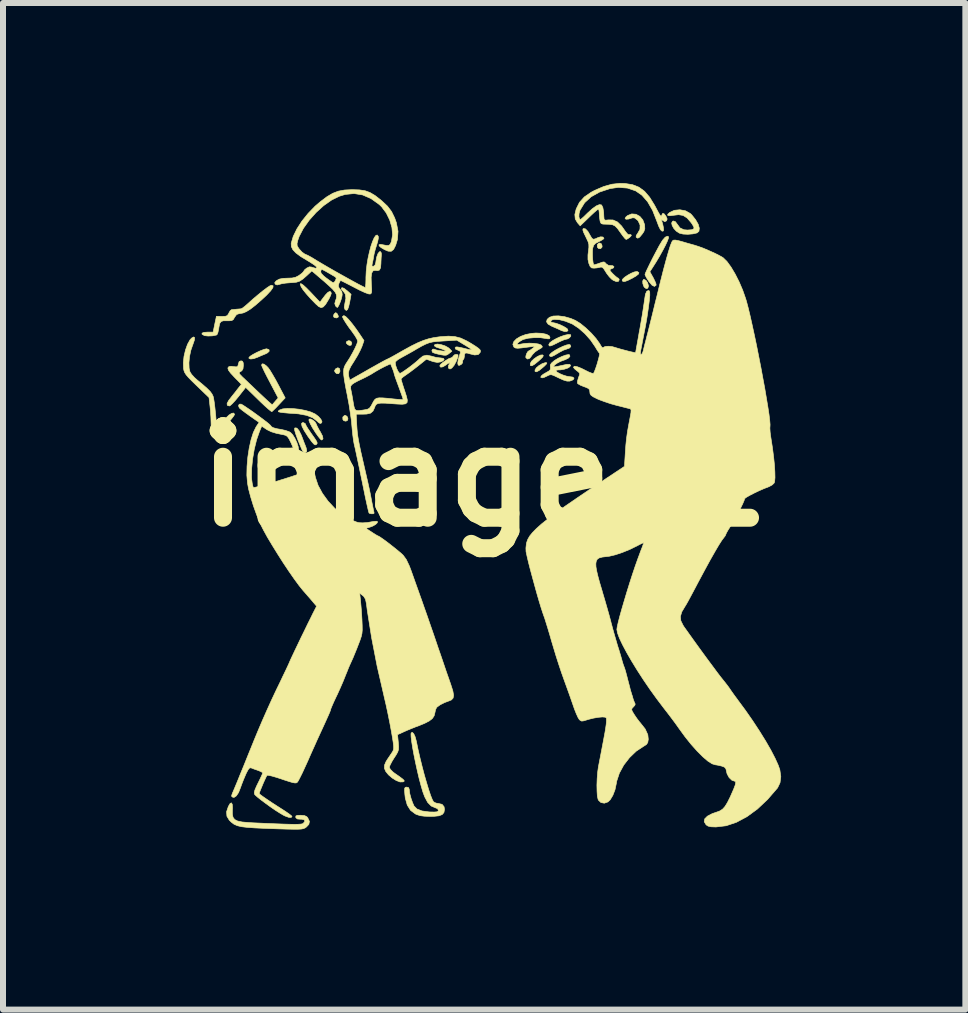
<source format=kicad_pcb>
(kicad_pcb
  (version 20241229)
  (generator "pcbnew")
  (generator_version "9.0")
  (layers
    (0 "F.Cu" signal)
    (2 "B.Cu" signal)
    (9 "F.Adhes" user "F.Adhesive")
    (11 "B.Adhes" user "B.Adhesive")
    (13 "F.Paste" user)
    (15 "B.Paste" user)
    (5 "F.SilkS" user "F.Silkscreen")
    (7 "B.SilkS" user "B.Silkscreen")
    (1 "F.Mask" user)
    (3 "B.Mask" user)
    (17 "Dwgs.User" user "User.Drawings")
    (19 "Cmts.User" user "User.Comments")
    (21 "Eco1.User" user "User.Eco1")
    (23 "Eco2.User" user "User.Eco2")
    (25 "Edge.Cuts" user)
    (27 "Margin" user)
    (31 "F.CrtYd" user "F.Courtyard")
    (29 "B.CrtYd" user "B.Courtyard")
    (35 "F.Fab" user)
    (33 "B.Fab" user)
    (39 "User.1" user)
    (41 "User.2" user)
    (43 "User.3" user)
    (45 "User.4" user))
  (footprint "image_2"
    (layer "F.Cu")
    (at 5.02 4.887)
    (property "Reference" "image_2" (at 0 0 0) (layer "F.SilkS") (effects (font (size 1.524 1.524) (thickness 0.3))))
    (attr through_hole)
    (fp_poly (pts (xy -2.288 -1) (xy -2.273 -0.965) (xy -2.277 -0.936) (xy -2.306 -0.919) (xy -2.341 -0.927) (xy -2.357 -0.947) (xy -2.358 -0.988) (xy -2.331 -1.014) (xy -2.316 -1.016) (xy -2.288 -1)) (stroke (width 0.01) (type solid)) (fill yes) (layer "F.SilkS"))
    (fp_poly (pts (xy 1.953 -3.872) (xy 1.963 -3.835) (xy 1.959 -3.815) (xy 1.936 -3.793) (xy 1.903 -3.796) (xy 1.883 -3.819) (xy 1.882 -3.86) (xy 1.908 -3.886) (xy 1.924 -3.888) (xy 1.953 -3.872)) (stroke (width 0.01) (type solid)) (fill yes) (layer "F.SilkS"))
    (fp_poly (pts (xy -2.457 -2.715) (xy -2.449 -2.705) (xy -2.433 -2.671) (xy -2.434 -2.654) (xy -2.463 -2.639) (xy -2.498 -2.646) (xy -2.511 -2.658) (xy -2.511 -2.688) (xy -2.499 -2.709) (xy -2.476 -2.728) (xy -2.457 -2.715)) (stroke (width 0.01) (type solid)) (fill yes) (layer "F.SilkS"))
    (fp_poly (pts (xy -2.413 -1.796) (xy -2.405 -1.756) (xy -2.406 -1.748) (xy -2.426 -1.711) (xy -2.458 -1.71) (xy -2.482 -1.729) (xy -2.497 -1.758) (xy -2.481 -1.787) (xy -2.475 -1.793) (xy -2.44 -1.81) (xy -2.413 -1.796)) (stroke (width 0.01) (type solid)) (fill yes) (layer "F.SilkS"))
    (fp_poly (pts (xy -2.224 -2.251) (xy -2.208 -2.22) (xy -2.208 -2.219) (xy -2.22 -2.185) (xy -2.251 -2.182) (xy -2.278 -2.197) (xy -2.302 -2.223) (xy -2.293 -2.247) (xy -2.292 -2.248) (xy -2.258 -2.262) (xy -2.224 -2.251)) (stroke (width 0.01) (type solid)) (fill yes) (layer "F.SilkS"))
    (fp_poly (pts (xy 2.693 -3.266) (xy 2.721 -3.225) (xy 2.735 -3.175) (xy 2.735 -3.17) (xy 2.724 -3.135) (xy 2.697 -3.128) (xy 2.666 -3.151) (xy 2.658 -3.164) (xy 2.641 -3.211) (xy 2.639 -3.255) (xy 2.652 -3.28) (xy 2.66 -3.282) (xy 2.693 -3.266)) (stroke (width 0.01) (type solid)) (fill yes) (layer "F.SilkS"))
    (fp_poly (pts (xy 1.042 -1.891) (xy 1.038 -1.876) (xy 1.008 -1.844) (xy 0.978 -1.817) (xy 0.916 -1.766) (xy 0.871 -1.742) (xy 0.846 -1.746) (xy 0.844 -1.772) (xy 0.866 -1.808) (xy 0.911 -1.846) (xy 0.965 -1.878) (xy 1.015 -1.894) (xy 1.024 -1.895) (xy 1.042 -1.891)) (stroke (width 0.01) (type solid)) (fill yes) (layer "F.SilkS"))
    (fp_poly (pts (xy 0.971 -2.023) (xy 0.983 -2.012) (xy 0.973 -1.989) (xy 0.937 -1.952) (xy 0.907 -1.925) (xy 0.838 -1.868) (xy 0.793 -1.842) (xy 0.769 -1.845) (xy 0.765 -1.879) (xy 0.766 -1.88) (xy 0.785 -1.917) (xy 0.828 -1.958) (xy 0.881 -1.995) (xy 0.933 -2.02) (xy 0.971 -2.024) (xy 0.971 -2.023)) (stroke (width 0.01) (type solid)) (fill yes) (layer "F.SilkS"))
    (fp_poly (pts (xy 2.552 -3.411) (xy 2.576 -3.394) (xy 2.569 -3.371) (xy 2.529 -3.339) (xy 2.468 -3.303) (xy 2.392 -3.265) (xy 2.342 -3.247) (xy 2.312 -3.247) (xy 2.297 -3.26) (xy 2.303 -3.284) (xy 2.336 -3.316) (xy 2.386 -3.35) (xy 2.443 -3.382) (xy 2.497 -3.405) (xy 2.54 -3.413) (xy 2.552 -3.411)) (stroke (width 0.01) (type solid)) (fill yes) (layer "F.SilkS"))
    (fp_poly (pts (xy -2.338 -3.133) (xy -2.285 -3.092) (xy -2.282 -3.09) (xy -2.22 -3.033) (xy -2.242 -2.91) (xy -2.261 -2.826) (xy -2.279 -2.779) (xy -2.299 -2.764) (xy -2.322 -2.78) (xy -2.334 -2.818) (xy -2.325 -2.874) (xy -2.307 -2.967) (xy -2.316 -3.036) (xy -2.345 -3.077) (xy -2.374 -3.109) (xy -2.384 -3.129) (xy -2.372 -3.145) (xy -2.338 -3.133)) (stroke (width 0.01) (type solid)) (fill yes) (layer "F.SilkS"))
    (fp_poly (pts (xy -3.626 -2.125) (xy -3.588 -2.111) (xy -3.584 -2.086) (xy -3.612 -2.058) (xy -3.647 -2.04) (xy -3.713 -2.013) (xy -3.777 -1.985) (xy -3.784 -1.982) (xy -3.843 -1.961) (xy -3.892 -1.955) (xy -3.92 -1.963) (xy -3.923 -1.978) (xy -3.902 -2.001) (xy -3.855 -2.031) (xy -3.793 -2.064) (xy -3.728 -2.094) (xy -3.67 -2.116) (xy -3.63 -2.125) (xy -3.626 -2.125)) (stroke (width 0.01) (type solid)) (fill yes) (layer "F.SilkS"))
    (fp_poly (pts (xy 1.43 -2.192) (xy 1.441 -2.163) (xy 1.417 -2.137) (xy 1.37 -2.12) (xy 1.32 -2.103) (xy 1.258 -2.071) (xy 1.223 -2.05) (xy 1.16 -2.013) (xy 1.121 -1.996) (xy 1.097 -1.998) (xy 1.085 -2.011) (xy 1.092 -2.033) (xy 1.127 -2.065) (xy 1.181 -2.101) (xy 1.245 -2.136) (xy 1.311 -2.167) (xy 1.37 -2.189) (xy 1.414 -2.197) (xy 1.43 -2.192)) (stroke (width 0.01) (type solid)) (fill yes) (layer "F.SilkS"))
    (fp_poly (pts (xy -3.123 -0.804) (xy -3.089 -0.764) (xy -3.051 -0.689) (xy -3.03 -0.635) (xy -3.004 -0.565) (xy -2.98 -0.505) (xy -2.968 -0.472) (xy -2.959 -0.425) (xy -2.971 -0.396) (xy -2.996 -0.393) (xy -3.023 -0.415) (xy -3.038 -0.443) (xy -3.062 -0.499) (xy -3.092 -0.572) (xy -3.111 -0.619) (xy -3.143 -0.708) (xy -3.16 -0.766) (xy -3.162 -0.798) (xy -3.155 -0.808) (xy -3.123 -0.804)) (stroke (width 0.01) (type solid)) (fill yes) (layer "F.SilkS"))
    (fp_poly (pts (xy -2.858 -0.937) (xy -2.822 -0.907) (xy -2.803 -0.877) (xy -2.785 -0.835) (xy -2.754 -0.777) (xy -2.731 -0.739) (xy -2.696 -0.671) (xy -2.688 -0.626) (xy -2.706 -0.606) (xy -2.714 -0.606) (xy -2.732 -0.621) (xy -2.764 -0.66) (xy -2.804 -0.716) (xy -2.806 -0.718) (xy -2.862 -0.806) (xy -2.901 -0.878) (xy -2.922 -0.929) (xy -2.921 -0.954) (xy -2.895 -0.956) (xy -2.858 -0.937)) (stroke (width 0.01) (type solid)) (fill yes) (layer "F.SilkS"))
    (fp_poly (pts (xy 1.436 -2.36) (xy 1.44 -2.357) (xy 1.44 -2.335) (xy 1.418 -2.308) (xy 1.384 -2.289) (xy 1.367 -2.286) (xy 1.332 -2.277) (xy 1.277 -2.254) (xy 1.221 -2.227) (xy 1.15 -2.191) (xy 1.106 -2.174) (xy 1.083 -2.173) (xy 1.075 -2.189) (xy 1.075 -2.198) (xy 1.092 -2.227) (xy 1.137 -2.261) (xy 1.2 -2.296) (xy 1.271 -2.328) (xy 1.341 -2.352) (xy 1.399 -2.364) (xy 1.436 -2.36)) (stroke (width 0.01) (type solid)) (fill yes) (layer "F.SilkS"))
    (fp_poly (pts (xy -3.014 -0.895) (xy -2.985 -0.88) (xy -2.979 -0.869) (xy -2.969 -0.845) (xy -2.941 -0.798) (xy -2.9 -0.738) (xy -2.89 -0.723) (xy -2.837 -0.648) (xy -2.804 -0.599) (xy -2.788 -0.568) (xy -2.785 -0.55) (xy -2.793 -0.537) (xy -2.802 -0.529) (xy -2.819 -0.524) (xy -2.841 -0.538) (xy -2.874 -0.575) (xy -2.921 -0.64) (xy -2.939 -0.665) (xy -3.002 -0.763) (xy -3.038 -0.834) (xy -3.047 -0.879) (xy -3.029 -0.896) (xy -3.014 -0.895)) (stroke (width 0.01) (type solid)) (fill yes) (layer "F.SilkS"))
    (fp_poly (pts (xy -3.026 -3.194) (xy -2.97 -3.144) (xy -2.893 -3.066) (xy -2.738 -2.901) (xy -2.706 -2.946) (xy -2.648 -3.022) (xy -2.606 -3.066) (xy -2.576 -3.081) (xy -2.559 -3.074) (xy -2.55 -3.052) (xy -2.56 -3.016) (xy -2.589 -2.957) (xy -2.598 -2.942) (xy -2.645 -2.865) (xy -2.684 -2.823) (xy -2.72 -2.811) (xy -2.76 -2.829) (xy -2.806 -2.87) (xy -2.892 -2.958) (xy -2.965 -3.04) (xy -3.02 -3.108) (xy -3.052 -3.157) (xy -3.053 -3.16) (xy -3.068 -3.202) (xy -3.059 -3.213) (xy -3.026 -3.194)) (stroke (width 0.01) (type solid)) (fill yes) (layer "F.SilkS"))
    (fp_poly (pts (xy -3.186 -1.129) (xy -3.083 -1.118) (xy -2.981 -1.098) (xy -2.89 -1.072) (xy -2.821 -1.04) (xy -2.82 -1.04) (xy -2.763 -0.997) (xy -2.723 -0.951) (xy -2.705 -0.912) (xy -2.711 -0.891) (xy -2.735 -0.88) (xy -2.765 -0.899) (xy -2.784 -0.918) (xy -2.858 -0.975) (xy -2.96 -1.016) (xy -3.095 -1.041) (xy -3.166 -1.047) (xy -3.253 -1.052) (xy -3.33 -1.059) (xy -3.385 -1.065) (xy -3.4 -1.068) (xy -3.433 -1.077) (xy -3.432 -1.089) (xy -3.411 -1.106) (xy -3.36 -1.124) (xy -3.282 -1.132) (xy -3.186 -1.129)) (stroke (width 0.01) (type solid)) (fill yes) (layer "F.SilkS"))
    (fp_poly (pts (xy 2.527 -4.367) (xy 2.591 -4.332) (xy 2.641 -4.273) (xy 2.67 -4.195) (xy 2.671 -4.186) (xy 2.674 -4.125) (xy 2.658 -4.077) (xy 2.629 -4.035) (xy 2.587 -3.985) (xy 2.557 -3.968) (xy 2.534 -3.981) (xy 2.529 -3.987) (xy 2.532 -4.015) (xy 2.557 -4.051) (xy 2.557 -4.052) (xy 2.593 -4.116) (xy 2.595 -4.187) (xy 2.564 -4.255) (xy 2.549 -4.272) (xy 2.501 -4.307) (xy 2.466 -4.307) (xy 2.403 -4.287) (xy 2.361 -4.284) (xy 2.345 -4.297) (xy 2.36 -4.323) (xy 2.388 -4.346) (xy 2.456 -4.373) (xy 2.527 -4.367)) (stroke (width 0.01) (type solid)) (fill yes) (layer "F.SilkS"))
    (fp_poly (pts (xy -0.439 -2.025) (xy -0.438 -1.998) (xy -0.441 -1.988) (xy -0.471 -1.91) (xy -0.505 -1.848) (xy -0.541 -1.805) (xy -0.572 -1.788) (xy -0.595 -1.801) (xy -0.599 -1.808) (xy -0.597 -1.846) (xy -0.586 -1.866) (xy -0.571 -1.89) (xy -0.583 -1.892) (xy -0.617 -1.873) (xy -0.639 -1.856) (xy -0.69 -1.825) (xy -0.726 -1.819) (xy -0.742 -1.838) (xy -0.742 -1.842) (xy -0.727 -1.866) (xy -0.689 -1.899) (xy -0.64 -1.933) (xy -0.592 -1.961) (xy -0.557 -1.973) (xy -0.555 -1.973) (xy -0.528 -1.989) (xy -0.52 -2.003) (xy -0.494 -2.027) (xy -0.468 -2.032) (xy -0.439 -2.025)) (stroke (width 0.01) (type solid)) (fill yes) (layer "F.SilkS"))
    (fp_poly (pts (xy 3.07 -3.992) (xy 3.068 -3.968) (xy 3.049 -3.918) (xy 3.016 -3.847) (xy 2.972 -3.763) (xy 2.921 -3.671) (xy 2.866 -3.578) (xy 2.821 -3.507) (xy 2.758 -3.409) (xy 2.816 -3.306) (xy 2.844 -3.248) (xy 2.861 -3.204) (xy 2.862 -3.184) (xy 2.834 -3.165) (xy 2.795 -3.184) (xy 2.747 -3.24) (xy 2.737 -3.254) (xy 2.703 -3.307) (xy 2.682 -3.348) (xy 2.677 -3.364) (xy 2.686 -3.39) (xy 2.711 -3.445) (xy 2.749 -3.524) (xy 2.797 -3.621) (xy 2.854 -3.73) (xy 2.916 -3.846) (xy 2.916 -3.846) (xy 2.969 -3.934) (xy 3.015 -3.986) (xy 3.052 -4.001) (xy 3.07 -3.992)) (stroke (width 0.01) (type solid)) (fill yes) (layer "F.SilkS"))
    (fp_poly (pts (xy -0.721 -2.195) (xy -0.657 -2.175) (xy -0.604 -2.146) (xy -0.588 -2.134) (xy -0.54 -2.085) (xy -0.585 -2.049) (xy -0.613 -2.028) (xy -0.638 -2.018) (xy -0.672 -2.018) (xy -0.728 -2.027) (xy -0.761 -2.034) (xy -0.817 -2.048) (xy -0.857 -2.063) (xy -0.865 -2.069) (xy -0.874 -2.095) (xy -0.863 -2.118) (xy -0.841 -2.12) (xy -0.84 -2.12) (xy -0.809 -2.108) (xy -0.76 -2.097) (xy -0.707 -2.089) (xy -0.664 -2.086) (xy -0.645 -2.09) (xy -0.645 -2.091) (xy -0.662 -2.104) (xy -0.705 -2.121) (xy -0.733 -2.13) (xy -0.802 -2.153) (xy -0.833 -2.175) (xy -0.825 -2.195) (xy -0.822 -2.197) (xy -0.781 -2.204) (xy -0.721 -2.195)) (stroke (width 0.01) (type solid)) (fill yes) (layer "F.SilkS"))
    (fp_poly (pts (xy 3.351 -4.425) (xy 3.43 -4.381) (xy 3.453 -4.36) (xy 3.519 -4.278) (xy 3.563 -4.201) (xy 3.582 -4.135) (xy 3.576 -4.084) (xy 3.544 -4.056) (xy 3.475 -4.04) (xy 3.391 -4.033) (xy 3.311 -4.037) (xy 3.25 -4.052) (xy 3.25 -4.052) (xy 3.198 -4.086) (xy 3.157 -4.131) (xy 3.13 -4.179) (xy 3.121 -4.221) (xy 3.136 -4.25) (xy 3.149 -4.255) (xy 3.184 -4.243) (xy 3.213 -4.203) (xy 3.26 -4.14) (xy 3.325 -4.109) (xy 3.384 -4.104) (xy 3.455 -4.109) (xy 3.49 -4.123) (xy 3.492 -4.153) (xy 3.463 -4.203) (xy 3.446 -4.227) (xy 3.38 -4.304) (xy 3.313 -4.347) (xy 3.237 -4.36) (xy 3.163 -4.351) (xy 3.093 -4.342) (xy 3.057 -4.347) (xy 3.055 -4.366) (xy 3.087 -4.396) (xy 3.166 -4.433) (xy 3.258 -4.442) (xy 3.351 -4.425)) (stroke (width 0.01) (type solid)) (fill yes) (layer "F.SilkS"))
    (fp_poly (pts (xy 0.962 -2.383) (xy 1.038 -2.366) (xy 1.083 -2.34) (xy 1.094 -2.314) (xy 1.087 -2.293) (xy 1.06 -2.291) (xy 1.031 -2.296) (xy 0.937 -2.31) (xy 0.833 -2.311) (xy 0.733 -2.302) (xy 0.652 -2.282) (xy 0.634 -2.274) (xy 0.582 -2.243) (xy 0.553 -2.217) (xy 0.551 -2.2) (xy 0.578 -2.197) (xy 0.599 -2.202) (xy 0.668 -2.214) (xy 0.749 -2.219) (xy 0.83 -2.216) (xy 0.899 -2.206) (xy 0.944 -2.19) (xy 0.949 -2.185) (xy 0.966 -2.164) (xy 0.961 -2.147) (xy 0.929 -2.126) (xy 0.902 -2.112) (xy 0.845 -2.073) (xy 0.8 -2.027) (xy 0.791 -2.012) (xy 0.757 -1.968) (xy 0.722 -1.954) (xy 0.693 -1.975) (xy 0.692 -1.975) (xy 0.692 -2.004) (xy 0.705 -2.045) (xy 0.725 -2.079) (xy 0.741 -2.091) (xy 0.763 -2.102) (xy 0.8 -2.129) (xy 0.801 -2.13) (xy 0.85 -2.168) (xy 0.791 -2.161) (xy 0.738 -2.155) (xy 0.666 -2.146) (xy 0.624 -2.14) (xy 0.556 -2.134) (xy 0.515 -2.139) (xy 0.492 -2.155) (xy 0.475 -2.199) (xy 0.492 -2.246) (xy 0.536 -2.291) (xy 0.603 -2.331) (xy 0.688 -2.363) (xy 0.784 -2.382) (xy 0.859 -2.388) (xy 0.962 -2.383)) (stroke (width 0.01) (type solid)) (fill yes) (layer "F.SilkS"))
    (fp_poly (pts (xy -4.2 5.465) (xy -4.196 5.526) (xy -4.198 5.557) (xy -4.198 5.628) (xy -4.188 5.68) (xy -4.16 5.718) (xy -4.111 5.743) (xy -4.036 5.759) (xy -3.93 5.768) (xy -3.854 5.773) (xy -3.65 5.782) (xy -3.482 5.789) (xy -3.346 5.794) (xy -3.239 5.797) (xy -3.157 5.798) (xy -3.097 5.797) (xy -3.056 5.794) (xy -3.031 5.789) (xy -3.018 5.782) (xy -2.99 5.748) (xy -2.999 5.724) (xy -3.042 5.713) (xy -3.062 5.713) (xy -3.114 5.709) (xy -3.138 5.691) (xy -3.142 5.681) (xy -3.14 5.659) (xy -3.117 5.649) (xy -3.064 5.647) (xy -3.06 5.647) (xy -2.998 5.652) (xy -2.959 5.67) (xy -2.942 5.69) (xy -2.914 5.749) (xy -2.924 5.799) (xy -2.964 5.842) (xy -2.988 5.859) (xy -3.015 5.87) (xy -3.051 5.877) (xy -3.105 5.88) (xy -3.183 5.88) (xy -3.292 5.878) (xy -3.423 5.874) (xy -3.571 5.869) (xy -3.715 5.863) (xy -3.824 5.858) (xy -3.95 5.849) (xy -4.044 5.838) (xy -4.115 5.821) (xy -4.17 5.797) (xy -4.216 5.762) (xy -4.249 5.73) (xy -4.289 5.664) (xy -4.295 5.589) (xy -4.265 5.5) (xy -4.236 5.451) (xy -4.214 5.44) (xy -4.2 5.465)) (stroke (width 0.01) (type solid)) (fill yes) (layer "F.SilkS"))
    (fp_poly (pts (xy -3.519 -3.175) (xy -3.523 -3.144) (xy -3.559 -3.093) (xy -3.627 -3.02) (xy -3.713 -2.94) (xy -3.815 -2.851) (xy -3.896 -2.788) (xy -3.963 -2.746) (xy -4.019 -2.722) (xy -4.072 -2.712) (xy -4.082 -2.712) (xy -4.127 -2.697) (xy -4.161 -2.651) (xy -4.162 -2.65) (xy -4.182 -2.613) (xy -4.208 -2.596) (xy -4.251 -2.592) (xy -4.288 -2.592) (xy -4.35 -2.592) (xy -4.387 -2.579) (xy -4.409 -2.547) (xy -4.422 -2.486) (xy -4.426 -2.457) (xy -4.438 -2.4) (xy -4.453 -2.363) (xy -4.462 -2.355) (xy -4.53 -2.341) (xy -4.602 -2.338) (xy -4.659 -2.344) (xy -4.665 -2.346) (xy -4.703 -2.367) (xy -4.704 -2.386) (xy -4.672 -2.399) (xy -4.614 -2.403) (xy -4.519 -2.403) (xy -4.492 -2.535) (xy -4.464 -2.667) (xy -4.373 -2.665) (xy -4.315 -2.667) (xy -4.284 -2.678) (xy -4.264 -2.705) (xy -4.258 -2.719) (xy -4.235 -2.759) (xy -4.213 -2.777) (xy -4.179 -2.78) (xy -4.132 -2.785) (xy -4.083 -2.789) (xy -4.053 -2.792) (xy -4.028 -2.805) (xy -3.985 -2.838) (xy -3.945 -2.873) (xy -3.854 -2.955) (xy -3.765 -3.03) (xy -3.685 -3.095) (xy -3.618 -3.145) (xy -3.57 -3.176) (xy -3.548 -3.185) (xy -3.519 -3.175)) (stroke (width 0.01) (type solid)) (fill yes) (layer "F.SilkS"))
    (fp_poly (pts (xy 1.421 -2.024) (xy 1.426 -1.998) (xy 1.399 -1.969) (xy 1.346 -1.943) (xy 1.326 -1.936) (xy 1.268 -1.915) (xy 1.215 -1.887) (xy 1.174 -1.858) (xy 1.155 -1.834) (xy 1.157 -1.826) (xy 1.179 -1.826) (xy 1.228 -1.834) (xy 1.287 -1.847) (xy 1.37 -1.865) (xy 1.421 -1.866) (xy 1.438 -1.851) (xy 1.425 -1.826) (xy 1.39 -1.804) (xy 1.332 -1.785) (xy 1.268 -1.774) (xy 1.226 -1.773) (xy 1.197 -1.767) (xy 1.192 -1.759) (xy 1.209 -1.739) (xy 1.252 -1.714) (xy 1.309 -1.689) (xy 1.368 -1.67) (xy 1.417 -1.661) (xy 1.422 -1.661) (xy 1.473 -1.654) (xy 1.495 -1.636) (xy 1.483 -1.613) (xy 1.467 -1.603) (xy 1.424 -1.587) (xy 1.377 -1.587) (xy 1.317 -1.605) (xy 1.235 -1.642) (xy 1.231 -1.644) (xy 1.165 -1.676) (xy 1.123 -1.692) (xy 1.094 -1.693) (xy 1.066 -1.682) (xy 1.05 -1.674) (xy 1.002 -1.651) (xy 0.965 -1.641) (xy 0.964 -1.641) (xy 0.94 -1.65) (xy 0.947 -1.671) (xy 0.98 -1.7) (xy 1.03 -1.729) (xy 1.079 -1.757) (xy 1.1 -1.781) (xy 1.101 -1.814) (xy 1.1 -1.82) (xy 1.099 -1.855) (xy 1.117 -1.886) (xy 1.16 -1.923) (xy 1.173 -1.933) (xy 1.231 -1.968) (xy 1.296 -1.999) (xy 1.357 -2.021) (xy 1.403 -2.029) (xy 1.421 -2.024)) (stroke (width 0.01) (type solid)) (fill yes) (layer "F.SilkS"))
    (fp_poly (pts (xy -4.827 -2.311) (xy -4.831 -2.27) (xy -4.854 -2.203) (xy -4.858 -2.193) (xy -4.89 -2.101) (xy -4.912 -1.997) (xy -4.922 -1.893) (xy -4.919 -1.802) (xy -4.905 -1.742) (xy -4.878 -1.699) (xy -4.83 -1.646) (xy -4.784 -1.605) (xy -4.687 -1.525) (xy -4.617 -1.463) (xy -4.568 -1.414) (xy -4.538 -1.373) (xy -4.519 -1.334) (xy -4.511 -1.301) (xy -4.5 -1.233) (xy -4.489 -1.144) (xy -4.479 -1.048) (xy -4.471 -0.96) (xy -4.468 -0.891) (xy -4.468 -0.876) (xy -4.469 -0.824) (xy -4.418 -0.861) (xy -4.374 -0.899) (xy -4.323 -0.952) (xy -4.301 -0.977) (xy -4.253 -1.023) (xy -4.209 -1.05) (xy -4.177 -1.055) (xy -4.162 -1.035) (xy -4.162 -1.031) (xy -4.175 -1.007) (xy -4.209 -0.962) (xy -4.259 -0.904) (xy -4.304 -0.855) (xy -4.386 -0.772) (xy -4.45 -0.721) (xy -4.497 -0.702) (xy -4.529 -0.714) (xy -4.541 -0.734) (xy -4.547 -0.769) (xy -4.551 -0.829) (xy -4.553 -0.895) (xy -4.556 -0.987) (xy -4.563 -1.091) (xy -4.571 -1.169) (xy -4.587 -1.313) (xy -4.793 -1.511) (xy -4.874 -1.59) (xy -4.932 -1.649) (xy -4.969 -1.693) (xy -4.992 -1.729) (xy -5.005 -1.763) (xy -5.012 -1.798) (xy -5.015 -1.894) (xy -5.004 -2) (xy -4.979 -2.106) (xy -4.945 -2.201) (xy -4.904 -2.275) (xy -4.877 -2.304) (xy -4.843 -2.323) (xy -4.827 -2.311)) (stroke (width 0.01) (type solid)) (fill yes) (layer "F.SilkS"))
    (fp_poly (pts (xy -1.176 4.289) (xy -1.153 4.339) (xy -1.134 4.409) (xy -1.133 4.412) (xy -1.105 4.548) (xy -1.072 4.692) (xy -1.036 4.837) (xy -0.999 4.978) (xy -0.961 5.109) (xy -0.926 5.224) (xy -0.894 5.319) (xy -0.867 5.386) (xy -0.847 5.422) (xy -0.847 5.423) (xy -0.806 5.444) (xy -0.765 5.451) (xy -0.704 5.465) (xy -0.671 5.505) (xy -0.664 5.55) (xy -0.673 5.601) (xy -0.702 5.635) (xy -0.756 5.656) (xy -0.84 5.665) (xy -0.9 5.666) (xy -0.997 5.663) (xy -1.068 5.654) (xy -1.127 5.635) (xy -1.149 5.625) (xy -1.229 5.565) (xy -1.284 5.478) (xy -1.317 5.361) (xy -1.324 5.3) (xy -1.329 5.234) (xy -1.327 5.197) (xy -1.316 5.181) (xy -1.295 5.178) (xy -1.292 5.178) (xy -1.261 5.187) (xy -1.25 5.221) (xy -1.25 5.231) (xy -1.242 5.288) (xy -1.222 5.363) (xy -1.195 5.439) (xy -1.171 5.493) (xy -1.123 5.542) (xy -1.04 5.575) (xy -0.922 5.591) (xy -0.907 5.592) (xy -0.834 5.593) (xy -0.792 5.59) (xy -0.771 5.579) (xy -0.766 5.566) (xy -0.778 5.538) (xy -0.815 5.523) (xy -0.885 5.493) (xy -0.944 5.433) (xy -0.994 5.339) (xy -1.024 5.258) (xy -1.055 5.152) (xy -1.087 5.032) (xy -1.117 4.904) (xy -1.146 4.772) (xy -1.172 4.645) (xy -1.194 4.526) (xy -1.21 4.424) (xy -1.22 4.343) (xy -1.222 4.291) (xy -1.218 4.274) (xy -1.199 4.266) (xy -1.176 4.289)) (stroke (width 0.01) (type solid)) (fill yes) (layer "F.SilkS"))
    (fp_poly (pts (xy 1.686 -4.123) (xy 1.727 -4.079) (xy 1.766 -4.01) (xy 1.793 -3.965) (xy 1.82 -3.95) (xy 1.859 -3.961) (xy 1.886 -3.975) (xy 1.936 -3.991) (xy 1.976 -3.988) (xy 1.993 -3.967) (xy 1.993 -3.965) (xy 1.977 -3.948) (xy 1.935 -3.924) (xy 1.906 -3.91) (xy 1.851 -3.881) (xy 1.822 -3.85) (xy 1.807 -3.805) (xy 1.806 -3.8) (xy 1.802 -3.751) (xy 1.802 -3.686) (xy 1.805 -3.618) (xy 1.812 -3.561) (xy 1.821 -3.527) (xy 1.823 -3.524) (xy 1.843 -3.527) (xy 1.887 -3.541) (xy 1.914 -3.55) (xy 1.966 -3.569) (xy 1.995 -3.573) (xy 2.014 -3.56) (xy 2.025 -3.545) (xy 2.069 -3.515) (xy 2.099 -3.513) (xy 2.14 -3.51) (xy 2.16 -3.494) (xy 2.154 -3.475) (xy 2.132 -3.464) (xy 2.099 -3.45) (xy 2.091 -3.439) (xy 2.104 -3.416) (xy 2.136 -3.38) (xy 2.176 -3.342) (xy 2.212 -3.312) (xy 2.231 -3.302) (xy 2.245 -3.286) (xy 2.247 -3.273) (xy 2.233 -3.248) (xy 2.197 -3.246) (xy 2.149 -3.266) (xy 2.123 -3.284) (xy 2.082 -3.325) (xy 2.037 -3.384) (xy 2.02 -3.412) (xy 1.987 -3.463) (xy 1.961 -3.486) (xy 1.934 -3.486) (xy 1.927 -3.484) (xy 1.876 -3.473) (xy 1.827 -3.469) (xy 1.788 -3.473) (xy 1.764 -3.495) (xy 1.743 -3.545) (xy 1.742 -3.546) (xy 1.727 -3.613) (xy 1.727 -3.69) (xy 1.734 -3.748) (xy 1.742 -3.816) (xy 1.741 -3.865) (xy 1.728 -3.911) (xy 1.7 -3.971) (xy 1.688 -3.996) (xy 1.655 -4.064) (xy 1.641 -4.106) (xy 1.646 -4.126) (xy 1.651 -4.13) (xy 1.686 -4.123)) (stroke (width 0.01) (type solid)) (fill yes) (layer "F.SilkS"))
    (fp_poly (pts (xy -4.029 -1.918) (xy -4.017 -1.891) (xy -4.015 -1.847) (xy -4.021 -1.791) (xy -4.041 -1.759) (xy -4.06 -1.747) (xy -4.08 -1.735) (xy -4.086 -1.722) (xy -4.073 -1.7) (xy -4.039 -1.664) (xy -3.982 -1.61) (xy -3.914 -1.545) (xy -3.831 -1.466) (xy -3.745 -1.384) (xy -3.698 -1.34) (xy -3.634 -1.28) (xy -3.581 -1.232) (xy -3.545 -1.201) (xy -3.532 -1.193) (xy -3.517 -1.212) (xy -3.486 -1.248) (xy -3.481 -1.254) (xy -3.435 -1.306) (xy -3.573 -1.569) (xy -3.622 -1.662) (xy -3.663 -1.743) (xy -3.693 -1.807) (xy -3.71 -1.846) (xy -3.712 -1.854) (xy -3.701 -1.875) (xy -3.671 -1.87) (xy -3.631 -1.84) (xy -3.601 -1.809) (xy -3.57 -1.765) (xy -3.528 -1.696) (xy -3.479 -1.611) (xy -3.432 -1.524) (xy -3.318 -1.307) (xy -3.422 -1.196) (xy -3.473 -1.142) (xy -3.515 -1.101) (xy -3.539 -1.079) (xy -3.541 -1.078) (xy -3.559 -1.089) (xy -3.6 -1.122) (xy -3.658 -1.174) (xy -3.728 -1.24) (xy -3.766 -1.277) (xy -3.976 -1.482) (xy -4.098 -1.327) (xy -4.152 -1.262) (xy -4.2 -1.21) (xy -4.235 -1.179) (xy -4.248 -1.172) (xy -4.283 -1.184) (xy -4.286 -1.216) (xy -4.258 -1.267) (xy -4.246 -1.282) (xy -4.202 -1.339) (xy -4.148 -1.406) (xy -4.12 -1.443) (xy -4.048 -1.534) (xy -4.166 -1.654) (xy -4.229 -1.722) (xy -4.264 -1.77) (xy -4.273 -1.802) (xy -4.272 -1.808) (xy -4.255 -1.829) (xy -4.22 -1.834) (xy -4.182 -1.829) (xy -4.133 -1.824) (xy -4.11 -1.832) (xy -4.101 -1.859) (xy -4.099 -1.871) (xy -4.085 -1.913) (xy -4.054 -1.925) (xy -4.029 -1.918)) (stroke (width 0.01) (type solid)) (fill yes) (layer "F.SilkS"))
    (fp_poly (pts (xy 2.343 -4.88) (xy 2.469 -4.86) (xy 2.576 -4.818) (xy 2.669 -4.75) (xy 2.754 -4.651) (xy 2.836 -4.518) (xy 2.857 -4.479) (xy 2.9 -4.398) (xy 2.929 -4.35) (xy 2.947 -4.333) (xy 2.954 -4.344) (xy 2.968 -4.379) (xy 2.992 -4.378) (xy 3.023 -4.341) (xy 3.028 -4.331) (xy 3.046 -4.289) (xy 3.038 -4.262) (xy 3.034 -4.257) (xy 3.007 -4.244) (xy 2.977 -4.261) (xy 2.953 -4.278) (xy 2.952 -4.265) (xy 2.958 -4.25) (xy 2.972 -4.202) (xy 2.984 -4.145) (xy 2.988 -4.101) (xy 2.978 -4.086) (xy 2.961 -4.086) (xy 2.935 -4.109) (xy 2.906 -4.167) (xy 2.875 -4.25) (xy 2.804 -4.431) (xy 2.721 -4.575) (xy 2.627 -4.683) (xy 2.523 -4.756) (xy 2.385 -4.803) (xy 2.234 -4.815) (xy 2.091 -4.794) (xy 1.918 -4.736) (xy 1.779 -4.658) (xy 1.671 -4.559) (xy 1.597 -4.439) (xy 1.592 -4.428) (xy 1.578 -4.376) (xy 1.576 -4.325) (xy 1.586 -4.289) (xy 1.6 -4.279) (xy 1.619 -4.292) (xy 1.658 -4.326) (xy 1.708 -4.375) (xy 1.718 -4.385) (xy 1.797 -4.457) (xy 1.865 -4.506) (xy 1.918 -4.528) (xy 1.953 -4.522) (xy 1.954 -4.521) (xy 1.975 -4.478) (xy 1.988 -4.403) (xy 1.991 -4.334) (xy 1.995 -4.287) (xy 2.009 -4.269) (xy 2.045 -4.27) (xy 2.061 -4.273) (xy 2.144 -4.272) (xy 2.218 -4.239) (xy 2.287 -4.171) (xy 2.316 -4.13) (xy 2.353 -4.077) (xy 2.384 -4.04) (xy 2.399 -4.028) (xy 2.442 -4.028) (xy 2.45 -4.013) (xy 2.425 -3.985) (xy 2.388 -3.958) (xy 2.363 -3.947) (xy 2.344 -3.962) (xy 2.312 -4.001) (xy 2.271 -4.057) (xy 2.268 -4.062) (xy 2.219 -4.13) (xy 2.179 -4.171) (xy 2.137 -4.192) (xy 2.08 -4.2) (xy 2.033 -4.201) (xy 1.976 -4.203) (xy 1.947 -4.212) (xy 1.933 -4.237) (xy 1.927 -4.262) (xy 1.918 -4.327) (xy 1.915 -4.39) (xy 1.91 -4.433) (xy 1.898 -4.452) (xy 1.896 -4.452) (xy 1.875 -4.436) (xy 1.832 -4.399) (xy 1.776 -4.347) (xy 1.737 -4.309) (xy 1.597 -4.174) (xy 1.551 -4.227) (xy 1.515 -4.289) (xy 1.508 -4.362) (xy 1.53 -4.453) (xy 1.532 -4.458) (xy 1.585 -4.565) (xy 1.666 -4.655) (xy 1.779 -4.733) (xy 1.843 -4.767) (xy 1.993 -4.831) (xy 2.127 -4.868) (xy 2.258 -4.882) (xy 2.343 -4.88)) (stroke (width 0.01) (type solid)) (fill yes) (layer "F.SilkS"))
    (fp_poly (pts (xy -2.081 -4.773) (xy -1.987 -4.759) (xy -1.905 -4.729) (xy -1.822 -4.68) (xy -1.728 -4.607) (xy -1.709 -4.591) (xy -1.614 -4.502) (xy -1.546 -4.412) (xy -1.495 -4.308) (xy -1.466 -4.227) (xy -1.438 -4.083) (xy -1.448 -3.946) (xy -1.478 -3.848) (xy -1.512 -3.781) (xy -1.551 -3.75) (xy -1.603 -3.752) (xy -1.662 -3.777) (xy -1.721 -3.812) (xy -1.753 -3.841) (xy -1.755 -3.86) (xy -1.726 -3.865) (xy -1.698 -3.86) (xy -1.631 -3.847) (xy -1.592 -3.848) (xy -1.569 -3.866) (xy -1.551 -3.906) (xy -1.547 -3.917) (xy -1.529 -4.025) (xy -1.54 -4.146) (xy -1.576 -4.27) (xy -1.634 -4.388) (xy -1.711 -4.491) (xy -1.75 -4.529) (xy -1.888 -4.628) (xy -2.028 -4.689) (xy -2.17 -4.712) (xy -2.318 -4.697) (xy -2.417 -4.667) (xy -2.545 -4.604) (xy -2.677 -4.511) (xy -2.803 -4.397) (xy -2.918 -4.268) (xy -3.015 -4.132) (xy -3.085 -3.998) (xy -3.108 -3.933) (xy -3.121 -3.878) (xy -3.118 -3.841) (xy -3.094 -3.801) (xy -3.08 -3.783) (xy -3.038 -3.737) (xy -2.995 -3.706) (xy -2.985 -3.701) (xy -2.941 -3.682) (xy -2.884 -3.651) (xy -2.862 -3.638) (xy -2.796 -3.597) (xy -2.71 -3.546) (xy -2.611 -3.488) (xy -2.503 -3.426) (xy -2.393 -3.364) (xy -2.285 -3.304) (xy -2.186 -3.249) (xy -2.101 -3.203) (xy -2.035 -3.169) (xy -1.994 -3.149) (xy -1.984 -3.146) (xy -1.979 -3.164) (xy -1.975 -3.212) (xy -1.973 -3.282) (xy -1.973 -3.317) (xy -1.968 -3.418) (xy -1.956 -3.526) (xy -1.938 -3.634) (xy -1.915 -3.738) (xy -1.89 -3.833) (xy -1.862 -3.914) (xy -1.835 -3.975) (xy -1.808 -4.013) (xy -1.785 -4.022) (xy -1.767 -3.998) (xy -1.766 -3.965) (xy -1.778 -3.908) (xy -1.794 -3.855) (xy -1.818 -3.778) (xy -1.837 -3.703) (xy -1.844 -3.663) (xy -1.855 -3.6) (xy -1.867 -3.546) (xy -1.869 -3.539) (xy -1.873 -3.506) (xy -1.855 -3.499) (xy -1.847 -3.5) (xy -1.821 -3.52) (xy -1.807 -3.57) (xy -1.806 -3.585) (xy -1.793 -3.655) (xy -1.773 -3.71) (xy -1.748 -3.742) (xy -1.73 -3.745) (xy -1.717 -3.723) (xy -1.715 -3.691) (xy -1.719 -3.643) (xy -1.722 -3.577) (xy -1.723 -3.546) (xy -1.729 -3.475) (xy -1.748 -3.437) (xy -1.783 -3.427) (xy -1.812 -3.432) (xy -1.851 -3.427) (xy -1.876 -3.389) (xy -1.886 -3.317) (xy -1.883 -3.209) (xy -1.882 -3.195) (xy -1.877 -3.118) (xy -1.878 -3.072) (xy -1.886 -3.048) (xy -1.902 -3.037) (xy -1.933 -3.041) (xy -1.992 -3.063) (xy -2.075 -3.101) (xy -2.158 -3.144) (xy -2.243 -3.188) (xy -2.315 -3.225) (xy -2.367 -3.251) (xy -2.393 -3.263) (xy -2.394 -3.263) (xy -2.407 -3.247) (xy -2.424 -3.211) (xy -2.433 -3.168) (xy -2.416 -3.131) (xy -2.401 -3.115) (xy -2.374 -3.075) (xy -2.368 -3.03) (xy -2.373 -2.996) (xy -2.387 -2.943) (xy -2.408 -2.886) (xy -2.429 -2.84) (xy -2.447 -2.815) (xy -2.45 -2.814) (xy -2.467 -2.826) (xy -2.479 -2.84) (xy -2.492 -2.878) (xy -2.482 -2.92) (xy -2.467 -2.962) (xy -2.461 -2.999) (xy -2.467 -3.033) (xy -2.487 -3.071) (xy -2.526 -3.117) (xy -2.586 -3.174) (xy -2.669 -3.248) (xy -2.763 -3.328) (xy -2.862 -3.413) (xy -2.727 -3.413) (xy -2.718 -3.382) (xy -2.673 -3.336) (xy -2.634 -3.305) (xy -2.579 -3.265) (xy -2.537 -3.236) (xy -2.516 -3.225) (xy -2.497 -3.239) (xy -2.48 -3.266) (xy -2.467 -3.302) (xy -2.482 -3.323) (xy -2.484 -3.324) (xy -2.571 -3.375) (xy -2.642 -3.416) (xy -2.692 -3.442) (xy -2.715 -3.451) (xy -2.716 -3.451) (xy -2.722 -3.427) (xy -2.727 -3.413) (xy -2.862 -3.413) (xy -2.874 -3.423) (xy -2.958 -3.345) (xy -3.023 -3.288) (xy -3.076 -3.253) (xy -3.13 -3.235) (xy -3.198 -3.228) (xy -3.234 -3.226) (xy -3.308 -3.22) (xy -3.374 -3.21) (xy -3.406 -3.201) (xy -3.453 -3.189) (xy -3.483 -3.201) (xy -3.484 -3.203) (xy -3.493 -3.225) (xy -3.473 -3.252) (xy -3.458 -3.264) (xy -3.414 -3.287) (xy -3.353 -3.299) (xy -3.282 -3.302) (xy -3.202 -3.305) (xy -3.144 -3.318) (xy -3.093 -3.344) (xy -3.082 -3.352) (xy -3.038 -3.385) (xy -3.012 -3.412) (xy -3.009 -3.419) (xy -2.994 -3.442) (xy -2.959 -3.47) (xy -2.915 -3.491) (xy -2.874 -3.486) (xy -2.859 -3.48) (xy -2.812 -3.467) (xy -2.789 -3.475) (xy -2.797 -3.492) (xy -2.836 -3.525) (xy -2.904 -3.569) (xy -2.949 -3.596) (xy -3.061 -3.664) (xy -3.14 -3.723) (xy -3.19 -3.776) (xy -3.215 -3.827) (xy -3.218 -3.88) (xy -3.217 -3.887) (xy -3.184 -3.998) (xy -3.123 -4.123) (xy -3.039 -4.253) (xy -2.936 -4.381) (xy -2.82 -4.501) (xy -2.735 -4.574) (xy -2.624 -4.658) (xy -2.526 -4.716) (xy -2.432 -4.752) (xy -2.329 -4.771) (xy -2.207 -4.777) (xy -2.198 -4.777) (xy -2.081 -4.773)) (stroke (width 0.01) (type solid)) (fill yes) (layer "F.SilkS"))
    (fp_poly (pts (xy -2.308 -2.661) (xy -2.263 -2.616) (xy -2.205 -2.547) (xy -2.138 -2.458) (xy -2.082 -2.377) (xy -2.005 -2.262) (xy -2.04 -2.162) (xy -2.069 -2.097) (xy -2.111 -2.016) (xy -2.161 -1.934) (xy -2.171 -1.917) (xy -2.223 -1.835) (xy -2.253 -1.773) (xy -2.264 -1.722) (xy -2.26 -1.671) (xy -2.254 -1.647) (xy -2.243 -1.603) (xy -2.162 -1.649) (xy -2.114 -1.676) (xy -2.041 -1.717) (xy -1.954 -1.767) (xy -1.861 -1.82) (xy -1.853 -1.824) (xy -1.768 -1.872) (xy -1.696 -1.912) (xy -1.643 -1.94) (xy -1.616 -1.953) (xy -1.614 -1.954) (xy -1.594 -1.963) (xy -1.549 -1.987) (xy -1.491 -2.019) (xy -1.338 -2.106) (xy -1.212 -2.175) (xy -1.106 -2.227) (xy -1.014 -2.265) (xy -0.929 -2.292) (xy -0.846 -2.311) (xy -0.757 -2.324) (xy -0.73 -2.327) (xy -0.598 -2.336) (xy -0.491 -2.329) (xy -0.394 -2.304) (xy -0.294 -2.257) (xy -0.221 -2.215) (xy -0.145 -2.167) (xy -0.097 -2.133) (xy -0.072 -2.109) (xy -0.064 -2.09) (xy -0.068 -2.069) (xy -0.07 -2.064) (xy -0.102 -2.029) (xy -0.161 -2.022) (xy -0.232 -2.039) (xy -0.289 -2.055) (xy -0.319 -2.053) (xy -0.331 -2.028) (xy -0.332 -2.001) (xy -0.34 -1.96) (xy -0.352 -1.944) (xy -0.364 -1.921) (xy -0.362 -1.915) (xy -0.364 -1.889) (xy -0.387 -1.863) (xy -0.418 -1.849) (xy -0.436 -1.854) (xy -0.443 -1.887) (xy -0.434 -1.949) (xy -0.408 -2.033) (xy -0.397 -2.063) (xy -0.406 -2.087) (xy -0.438 -2.102) (xy -0.479 -2.12) (xy -0.487 -2.142) (xy -0.473 -2.156) (xy -0.448 -2.156) (xy -0.396 -2.147) (xy -0.328 -2.131) (xy -0.325 -2.13) (xy -0.257 -2.113) (xy -0.221 -2.108) (xy -0.217 -2.116) (xy -0.247 -2.139) (xy -0.31 -2.179) (xy -0.342 -2.198) (xy -0.459 -2.269) (xy -0.684 -2.255) (xy -0.779 -2.249) (xy -0.853 -2.241) (xy -0.915 -2.227) (xy -0.975 -2.204) (xy -1.044 -2.17) (xy -1.132 -2.12) (xy -1.182 -2.09) (xy -1.26 -2.046) (xy -1.345 -1.999) (xy -1.382 -1.979) (xy -1.438 -1.946) (xy -1.475 -1.914) (xy -1.485 -1.896) (xy -1.477 -1.848) (xy -1.459 -1.794) (xy -1.436 -1.747) (xy -1.413 -1.719) (xy -1.403 -1.716) (xy -1.374 -1.731) (xy -1.323 -1.765) (xy -1.26 -1.81) (xy -1.195 -1.86) (xy -1.137 -1.907) (xy -1.094 -1.944) (xy -1.084 -1.955) (xy -1.023 -2.004) (xy -0.957 -2.019) (xy -0.877 -2.002) (xy -0.809 -1.983) (xy -0.741 -1.974) (xy -0.729 -1.973) (xy -0.682 -1.966) (xy -0.669 -1.947) (xy -0.692 -1.923) (xy -0.731 -1.906) (xy -0.783 -1.898) (xy -0.847 -1.91) (xy -0.875 -1.919) (xy -0.965 -1.952) (xy -1.093 -1.849) (xy -1.166 -1.792) (xy -1.239 -1.737) (xy -1.298 -1.695) (xy -1.304 -1.691) (xy -1.352 -1.657) (xy -1.382 -1.63) (xy -1.387 -1.62) (xy -1.381 -1.596) (xy -1.366 -1.544) (xy -1.343 -1.472) (xy -1.327 -1.425) (xy -1.298 -1.334) (xy -1.283 -1.271) (xy -1.287 -1.23) (xy -1.314 -1.208) (xy -1.369 -1.201) (xy -1.455 -1.205) (xy -1.542 -1.211) (xy -1.648 -1.219) (xy -1.722 -1.22) (xy -1.771 -1.214) (xy -1.801 -1.199) (xy -1.819 -1.172) (xy -1.828 -1.146) (xy -1.855 -1.088) (xy -1.896 -1.053) (xy -1.96 -1.038) (xy -2.018 -1.036) (xy -2.135 -1.036) (xy -2.125 -0.845) (xy -2.121 -0.786) (xy -2.116 -0.729) (xy -2.108 -0.668) (xy -2.096 -0.598) (xy -2.08 -0.514) (xy -2.058 -0.41) (xy -2.029 -0.283) (xy -1.993 -0.126) (xy -1.964 0) (xy -1.941 0.1) (xy -1.919 0.2) (xy -1.901 0.286) (xy -1.894 0.322) (xy -1.879 0.403) (xy -1.863 0.482) (xy -1.855 0.522) (xy -1.844 0.574) (xy -1.837 0.609) (xy -1.837 0.614) (xy -1.852 0.624) (xy -1.885 0.624) (xy -1.915 0.616) (xy -1.922 0.609) (xy -1.929 0.586) (xy -1.942 0.531) (xy -1.96 0.452) (xy -1.981 0.355) (xy -1.992 0.302) (xy -2.03 0.116) (xy -2.066 -0.058) (xy -2.099 -0.216) (xy -2.128 -0.352) (xy -2.151 -0.461) (xy -2.169 -0.537) (xy -2.171 -0.547) (xy -2.181 -0.605) (xy -2.192 -0.688) (xy -2.202 -0.784) (xy -2.207 -0.84) (xy -2.216 -0.936) (xy -2.233 -1.056) (xy -2.253 -1.188) (xy -2.277 -1.316) (xy -2.283 -1.349) (xy -2.309 -1.478) (xy -2.229 -1.478) (xy -2.224 -1.446) (xy -2.212 -1.389) (xy -2.198 -1.313) (xy -2.188 -1.252) (xy -2.174 -1.172) (xy -2.161 -1.123) (xy -2.139 -1.1) (xy -2.1 -1.095) (xy -2.037 -1.102) (xy -2.004 -1.107) (xy -1.949 -1.117) (xy -1.915 -1.135) (xy -1.887 -1.172) (xy -1.865 -1.214) (xy -1.843 -1.255) (xy -1.822 -1.283) (xy -1.794 -1.301) (xy -1.753 -1.308) (xy -1.693 -1.307) (xy -1.605 -1.3) (xy -1.514 -1.29) (xy -1.441 -1.283) (xy -1.385 -1.279) (xy -1.355 -1.278) (xy -1.353 -1.279) (xy -1.357 -1.298) (xy -1.373 -1.346) (xy -1.398 -1.415) (xy -1.426 -1.492) (xy -1.457 -1.576) (xy -1.483 -1.647) (xy -1.499 -1.697) (xy -1.504 -1.717) (xy -1.511 -1.745) (xy -1.529 -1.792) (xy -1.534 -1.805) (xy -1.563 -1.875) (xy -1.656 -1.832) (xy -1.73 -1.794) (xy -1.804 -1.752) (xy -1.827 -1.738) (xy -1.89 -1.699) (xy -1.968 -1.657) (xy -2.012 -1.635) (xy -2.106 -1.59) (xy -2.169 -1.556) (xy -2.207 -1.529) (xy -2.225 -1.504) (xy -2.229 -1.478) (xy -2.309 -1.478) (xy -2.311 -1.491) (xy -2.331 -1.6) (xy -2.342 -1.683) (xy -2.346 -1.746) (xy -2.341 -1.795) (xy -2.328 -1.835) (xy -2.307 -1.874) (xy -2.292 -1.897) (xy -2.243 -1.973) (xy -2.196 -2.056) (xy -2.155 -2.135) (xy -2.125 -2.202) (xy -2.111 -2.247) (xy -2.11 -2.253) (xy -2.122 -2.286) (xy -2.152 -2.338) (xy -2.194 -2.397) (xy -2.195 -2.4) (xy -2.256 -2.481) (xy -2.307 -2.556) (xy -2.344 -2.616) (xy -2.363 -2.655) (xy -2.364 -2.662) (xy -2.348 -2.675) (xy -2.337 -2.677) (xy -2.308 -2.661)) (stroke (width 0.01) (type solid)) (fill yes) (layer "F.SilkS"))
    (fp_poly (pts (xy -4.053 -1.204) (xy -4.022 -1.187) (xy -3.969 -1.152) (xy -3.901 -1.106) (xy -3.825 -1.052) (xy -3.747 -0.995) (xy -3.675 -0.941) (xy -3.616 -0.896) (xy -3.576 -0.862) (xy -3.562 -0.848) (xy -3.546 -0.826) (xy -3.51 -0.808) (xy -3.448 -0.792) (xy -3.383 -0.781) (xy -3.313 -0.765) (xy -3.253 -0.744) (xy -3.231 -0.732) (xy -3.194 -0.694) (xy -3.156 -0.633) (xy -3.123 -0.562) (xy -3.101 -0.493) (xy -3.095 -0.441) (xy -3.096 -0.435) (xy -3.115 -0.404) (xy -3.141 -0.391) (xy -3.161 -0.399) (xy -3.165 -0.415) (xy -3.173 -0.444) (xy -3.194 -0.497) (xy -3.222 -0.561) (xy -3.255 -0.626) (xy -3.282 -0.664) (xy -3.31 -0.683) (xy -3.351 -0.694) (xy -3.354 -0.694) (xy -3.466 -0.717) (xy -3.55 -0.743) (xy -3.618 -0.776) (xy -3.64 -0.79) (xy -3.709 -0.837) (xy -3.747 -0.746) (xy -3.794 -0.612) (xy -3.833 -0.455) (xy -3.861 -0.29) (xy -3.877 -0.13) (xy -3.879 0.014) (xy -3.876 0.054) (xy -3.867 0.12) (xy -3.856 0.168) (xy -3.847 0.187) (xy -3.825 0.184) (xy -3.771 0.171) (xy -3.692 0.15) (xy -3.593 0.121) (xy -3.481 0.088) (xy -3.362 0.051) (xy -3.241 0.013) (xy -3.124 -0.026) (xy -3.087 -0.038) (xy -3.013 -0.061) (xy -2.942 -0.08) (xy -2.909 -0.086) (xy -2.839 -0.098) (xy -2.814 0.019) (xy -2.77 0.15) (xy -2.698 0.283) (xy -2.604 0.413) (xy -2.493 0.532) (xy -2.372 0.634) (xy -2.247 0.714) (xy -2.124 0.763) (xy -2.088 0.772) (xy -2.027 0.775) (xy -1.951 0.77) (xy -1.905 0.762) (xy -1.844 0.751) (xy -1.799 0.748) (xy -1.783 0.75) (xy -1.783 0.773) (xy -1.811 0.801) (xy -1.86 0.829) (xy -1.897 0.843) (xy -1.973 0.866) (xy -1.874 0.931) (xy -1.82 0.966) (xy -1.78 0.989) (xy -1.764 0.996) (xy -1.742 1.008) (xy -1.697 1.039) (xy -1.636 1.083) (xy -1.567 1.136) (xy -1.496 1.192) (xy -1.431 1.245) (xy -1.379 1.289) (xy -1.352 1.315) (xy -1.3 1.386) (xy -1.249 1.494) (xy -1.222 1.565) (xy -1.192 1.649) (xy -1.153 1.759) (xy -1.109 1.882) (xy -1.065 2.006) (xy -1.045 2.061) (xy -1.006 2.173) (xy -0.957 2.311) (xy -0.904 2.465) (xy -0.848 2.626) (xy -0.794 2.784) (xy -0.771 2.853) (xy -0.723 2.991) (xy -0.677 3.126) (xy -0.635 3.25) (xy -0.598 3.355) (xy -0.57 3.436) (xy -0.557 3.474) (xy -0.525 3.574) (xy -0.512 3.646) (xy -0.52 3.694) (xy -0.548 3.725) (xy -0.586 3.741) (xy -0.664 3.77) (xy -0.735 3.806) (xy -0.786 3.843) (xy -0.796 3.853) (xy -0.813 3.89) (xy -0.823 3.937) (xy -0.836 3.989) (xy -0.865 4.034) (xy -0.917 4.075) (xy -0.996 4.116) (xy -1.106 4.161) (xy -1.141 4.173) (xy -1.201 4.197) (xy -1.277 4.228) (xy -1.331 4.252) (xy -1.446 4.304) (xy -1.433 4.436) (xy -1.428 4.505) (xy -1.43 4.554) (xy -1.444 4.595) (xy -1.472 4.645) (xy -1.502 4.69) (xy -1.541 4.754) (xy -1.57 4.81) (xy -1.583 4.846) (xy -1.583 4.848) (xy -1.566 4.882) (xy -1.522 4.926) (xy -1.492 4.949) (xy -1.414 5.003) (xy -1.365 5.04) (xy -1.34 5.063) (xy -1.334 5.077) (xy -1.345 5.087) (xy -1.355 5.091) (xy -1.405 5.092) (xy -1.468 5.068) (xy -1.535 5.026) (xy -1.597 4.973) (xy -1.643 4.916) (xy -1.665 4.864) (xy -1.663 4.811) (xy -1.637 4.751) (xy -1.614 4.714) (xy -1.574 4.655) (xy -1.539 4.603) (xy -1.526 4.582) (xy -1.516 4.561) (xy -1.511 4.533) (xy -1.512 4.492) (xy -1.519 4.43) (xy -1.533 4.341) (xy -1.549 4.248) (xy -1.574 4.113) (xy -1.605 3.959) (xy -1.638 3.805) (xy -1.67 3.668) (xy -1.671 3.663) (xy -1.786 3.164) (xy -1.878 2.69) (xy -1.95 2.236) (xy -1.965 2.12) (xy -1.98 2.048) (xy -2.008 2.002) (xy -2.027 1.985) (xy -2.077 1.947) (xy -2.064 2.058) (xy -2.058 2.125) (xy -2.05 2.217) (xy -2.043 2.32) (xy -2.039 2.389) (xy -2.035 2.489) (xy -2.034 2.561) (xy -2.039 2.618) (xy -2.051 2.67) (xy -2.071 2.73) (xy -2.077 2.746) (xy -2.128 2.878) (xy -2.187 3.022) (xy -2.246 3.152) (xy -2.247 3.155) (xy -2.263 3.192) (xy -2.287 3.253) (xy -2.317 3.326) (xy -2.323 3.342) (xy -2.357 3.426) (xy -2.402 3.529) (xy -2.449 3.633) (xy -2.47 3.676) (xy -2.507 3.755) (xy -2.536 3.821) (xy -2.555 3.867) (xy -2.56 3.883) (xy -2.563 3.896) (xy -2.574 3.925) (xy -2.594 3.972) (xy -2.625 4.041) (xy -2.668 4.136) (xy -2.725 4.26) (xy -2.774 4.367) (xy -2.788 4.397) (xy -2.814 4.456) (xy -2.851 4.538) (xy -2.895 4.636) (xy -2.939 4.737) (xy -2.988 4.844) (xy -3.032 4.94) (xy -3.071 5.018) (xy -3.099 5.072) (xy -3.115 5.096) (xy -3.131 5.107) (xy -3.155 5.109) (xy -3.195 5.102) (xy -3.256 5.084) (xy -3.346 5.055) (xy -3.374 5.045) (xy -3.463 5.016) (xy -3.539 4.994) (xy -3.593 4.982) (xy -3.62 4.98) (xy -3.62 4.981) (xy -3.633 5.003) (xy -3.655 5.05) (xy -3.683 5.112) (xy -3.71 5.177) (xy -3.734 5.235) (xy -3.749 5.275) (xy -3.751 5.285) (xy -3.736 5.301) (xy -3.693 5.333) (xy -3.628 5.378) (xy -3.548 5.432) (xy -3.457 5.491) (xy -3.385 5.537) (xy -3.312 5.584) (xy -3.253 5.625) (xy -3.215 5.655) (xy -3.204 5.668) (xy -3.22 5.684) (xy -3.261 5.681) (xy -3.321 5.659) (xy -3.351 5.644) (xy -3.41 5.609) (xy -3.484 5.562) (xy -3.565 5.506) (xy -3.646 5.447) (xy -3.72 5.392) (xy -3.78 5.344) (xy -3.819 5.309) (xy -3.828 5.298) (xy -3.833 5.27) (xy -3.823 5.227) (xy -3.795 5.161) (xy -3.77 5.11) (xy -3.735 5.039) (xy -3.709 4.983) (xy -3.694 4.948) (xy -3.693 4.942) (xy -3.709 4.927) (xy -3.752 4.907) (xy -3.776 4.898) (xy -3.834 4.878) (xy -3.88 4.86) (xy -3.89 4.857) (xy -3.91 4.858) (xy -3.933 4.884) (xy -3.963 4.939) (xy -3.98 4.977) (xy -4.013 5.055) (xy -4.043 5.132) (xy -4.063 5.188) (xy -4.095 5.269) (xy -4.132 5.324) (xy -4.169 5.349) (xy -4.189 5.347) (xy -4.208 5.336) (xy -4.21 5.316) (xy -4.196 5.276) (xy -4.189 5.261) (xy -4.159 5.19) (xy -4.119 5.094) (xy -4.069 4.97) (xy -4.006 4.817) (xy -3.932 4.633) (xy -3.843 4.414) (xy -3.84 4.406) (xy -3.775 4.249) (xy -3.701 4.075) (xy -3.622 3.896) (xy -3.545 3.726) (xy -3.475 3.577) (xy -3.465 3.556) (xy -3.407 3.437) (xy -3.354 3.325) (xy -3.307 3.228) (xy -3.271 3.151) (xy -3.248 3.1) (xy -3.243 3.087) (xy -3.227 3.051) (xy -3.197 2.987) (xy -3.156 2.9) (xy -3.107 2.798) (xy -3.054 2.687) (xy -2.998 2.573) (xy -2.945 2.463) (xy -2.895 2.363) (xy -2.854 2.279) (xy -2.834 2.24) (xy -2.795 2.164) (xy -2.848 2.101) (xy -2.885 2.057) (xy -2.939 1.995) (xy -2.999 1.926) (xy -3.022 1.9) (xy -3.088 1.818) (xy -3.168 1.709) (xy -3.257 1.581) (xy -3.351 1.44) (xy -3.444 1.294) (xy -3.533 1.15) (xy -3.614 1.015) (xy -3.68 0.895) (xy -3.729 0.798) (xy -3.737 0.782) (xy -3.794 0.64) (xy -3.848 0.49) (xy -3.893 0.344) (xy -3.928 0.211) (xy -3.946 0.113) (xy -3.957 -0.018) (xy -3.954 -0.165) (xy -3.941 -0.319) (xy -3.918 -0.47) (xy -3.887 -0.61) (xy -3.849 -0.73) (xy -3.805 -0.821) (xy -3.799 -0.831) (xy -3.753 -0.899) (xy -3.906 -1.006) (xy -3.975 -1.056) (xy -4.034 -1.1) (xy -4.073 -1.132) (xy -4.083 -1.142) (xy -4.096 -1.176) (xy -4.084 -1.202) (xy -4.054 -1.204) (xy -4.053 -1.204)) (stroke (width 0.01) (type solid)) (fill yes) (layer "F.SilkS"))
    (fp_poly (pts (xy 3.236 -3.927) (xy 3.305 -3.908) (xy 3.383 -3.885) (xy 3.455 -3.865) (xy 3.505 -3.851) (xy 3.507 -3.85) (xy 3.573 -3.829) (xy 3.659 -3.797) (xy 3.752 -3.757) (xy 3.843 -3.716) (xy 3.92 -3.677) (xy 3.974 -3.646) (xy 3.981 -3.641) (xy 4.043 -3.58) (xy 4.11 -3.488) (xy 4.179 -3.372) (xy 4.245 -3.242) (xy 4.305 -3.102) (xy 4.354 -2.962) (xy 4.368 -2.916) (xy 4.397 -2.806) (xy 4.429 -2.673) (xy 4.463 -2.521) (xy 4.499 -2.356) (xy 4.536 -2.18) (xy 4.572 -1.998) (xy 4.608 -1.815) (xy 4.641 -1.636) (xy 4.673 -1.464) (xy 4.7 -1.303) (xy 4.724 -1.159) (xy 4.743 -1.035) (xy 4.755 -0.936) (xy 4.761 -0.866) (xy 4.76 -0.829) (xy 4.759 -0.828) (xy 4.758 -0.797) (xy 4.762 -0.737) (xy 4.772 -0.661) (xy 4.777 -0.629) (xy 4.801 -0.474) (xy 4.82 -0.325) (xy 4.834 -0.19) (xy 4.841 -0.072) (xy 4.843 0.022) (xy 4.837 0.087) (xy 4.83 0.11) (xy 4.799 0.141) (xy 4.749 0.169) (xy 4.74 0.173) (xy 4.663 0.203) (xy 4.58 0.239) (xy 4.498 0.278) (xy 4.426 0.315) (xy 4.371 0.346) (xy 4.341 0.368) (xy 4.338 0.374) (xy 4.328 0.404) (xy 4.304 0.46) (xy 4.268 0.533) (xy 4.225 0.616) (xy 4.179 0.7) (xy 4.135 0.777) (xy 4.096 0.839) (xy 4.096 0.84) (xy 4.06 0.897) (xy 4.034 0.943) (xy 4.025 0.965) (xy 4.013 0.992) (xy 3.988 1.025) (xy 3.955 1.069) (xy 3.906 1.146) (xy 3.842 1.255) (xy 3.763 1.394) (xy 3.672 1.561) (xy 3.569 1.753) (xy 3.474 1.933) (xy 3.43 2.015) (xy 3.39 2.089) (xy 3.358 2.145) (xy 3.344 2.167) (xy 3.29 2.258) (xy 3.267 2.335) (xy 3.274 2.406) (xy 3.311 2.481) (xy 3.326 2.505) (xy 3.396 2.603) (xy 3.475 2.714) (xy 3.561 2.833) (xy 3.648 2.953) (xy 3.734 3.07) (xy 3.813 3.176) (xy 3.881 3.268) (xy 3.935 3.339) (xy 3.968 3.38) (xy 4.019 3.444) (xy 4.065 3.504) (xy 4.094 3.546) (xy 4.125 3.591) (xy 4.17 3.654) (xy 4.22 3.721) (xy 4.22 3.722) (xy 4.348 3.895) (xy 4.47 4.07) (xy 4.583 4.242) (xy 4.686 4.408) (xy 4.774 4.561) (xy 4.845 4.698) (xy 4.897 4.813) (xy 4.924 4.89) (xy 4.94 5.003) (xy 4.927 5.105) (xy 4.887 5.189) (xy 4.885 5.192) (xy 4.719 5.384) (xy 4.549 5.544) (xy 4.375 5.671) (xy 4.201 5.764) (xy 4.029 5.822) (xy 3.86 5.842) (xy 3.855 5.842) (xy 3.778 5.839) (xy 3.729 5.828) (xy 3.695 5.806) (xy 3.694 5.804) (xy 3.664 5.755) (xy 3.672 5.707) (xy 3.717 5.662) (xy 3.797 5.62) (xy 3.864 5.597) (xy 3.922 5.576) (xy 3.969 5.546) (xy 4.009 5.502) (xy 4.05 5.436) (xy 4.097 5.342) (xy 4.111 5.31) (xy 4.154 5.212) (xy 4.18 5.144) (xy 4.189 5.102) (xy 4.182 5.083) (xy 4.172 5.08) (xy 4.124 5.063) (xy 4.078 5.018) (xy 4.045 4.957) (xy 4.037 4.925) (xy 4.025 4.873) (xy 4.001 4.845) (xy 3.953 4.827) (xy 3.952 4.827) (xy 3.897 4.814) (xy 3.856 4.807) (xy 3.851 4.807) (xy 3.796 4.79) (xy 3.725 4.745) (xy 3.641 4.673) (xy 3.547 4.579) (xy 3.447 4.467) (xy 3.345 4.34) (xy 3.244 4.201) (xy 3.223 4.171) (xy 3.186 4.119) (xy 3.131 4.045) (xy 3.066 3.959) (xy 2.997 3.87) (xy 2.987 3.857) (xy 2.872 3.705) (xy 2.758 3.547) (xy 2.649 3.387) (xy 2.546 3.228) (xy 2.453 3.076) (xy 2.371 2.934) (xy 2.303 2.806) (xy 2.251 2.697) (xy 2.219 2.61) (xy 2.208 2.552) (xy 2.214 2.508) (xy 2.231 2.432) (xy 2.257 2.331) (xy 2.291 2.21) (xy 2.331 2.074) (xy 2.374 1.93) (xy 2.42 1.782) (xy 2.467 1.636) (xy 2.513 1.499) (xy 2.557 1.375) (xy 2.596 1.27) (xy 2.601 1.255) (xy 2.628 1.187) (xy 2.647 1.135) (xy 2.657 1.107) (xy 2.657 1.105) (xy 2.642 1.11) (xy 2.601 1.129) (xy 2.555 1.153) (xy 2.43 1.215) (xy 2.303 1.267) (xy 2.184 1.307) (xy 2.083 1.331) (xy 2.052 1.335) (xy 1.966 1.345) (xy 1.911 1.36) (xy 1.88 1.383) (xy 1.864 1.419) (xy 1.863 1.42) (xy 1.858 1.458) (xy 1.86 1.507) (xy 1.871 1.572) (xy 1.891 1.658) (xy 1.921 1.769) (xy 1.964 1.913) (xy 1.966 1.922) (xy 2.003 2.046) (xy 2.041 2.178) (xy 2.077 2.305) (xy 2.106 2.412) (xy 2.111 2.433) (xy 2.14 2.542) (xy 2.173 2.659) (xy 2.204 2.765) (xy 2.218 2.814) (xy 2.246 2.902) (xy 2.272 2.989) (xy 2.292 3.058) (xy 2.295 3.071) (xy 2.312 3.128) (xy 2.327 3.169) (xy 2.331 3.179) (xy 2.34 3.204) (xy 2.356 3.258) (xy 2.376 3.333) (xy 2.393 3.4) (xy 2.416 3.487) (xy 2.435 3.562) (xy 2.451 3.614) (xy 2.457 3.634) (xy 2.47 3.672) (xy 2.472 3.683) (xy 2.482 3.717) (xy 2.5 3.764) (xy 2.514 3.794) (xy 2.507 3.816) (xy 2.482 3.844) (xy 2.461 3.866) (xy 2.455 3.887) (xy 2.466 3.917) (xy 2.497 3.967) (xy 2.501 3.974) (xy 2.542 4.034) (xy 2.583 4.088) (xy 2.601 4.109) (xy 2.68 4.209) (xy 2.724 4.305) (xy 2.732 4.381) (xy 2.723 4.435) (xy 2.701 4.468) (xy 2.654 4.498) (xy 2.65 4.5) (xy 2.53 4.58) (xy 2.419 4.687) (xy 2.323 4.811) (xy 2.25 4.945) (xy 2.206 5.078) (xy 2.199 5.119) (xy 2.177 5.223) (xy 2.141 5.316) (xy 2.097 5.389) (xy 2.059 5.425) (xy 1.999 5.446) (xy 1.943 5.435) (xy 1.901 5.395) (xy 1.895 5.381) (xy 1.883 5.327) (xy 1.878 5.245) (xy 1.876 5.145) (xy 1.88 5.037) (xy 1.888 4.931) (xy 1.901 4.838) (xy 1.904 4.823) (xy 1.94 4.637) (xy 1.969 4.485) (xy 1.992 4.363) (xy 2.01 4.267) (xy 2.022 4.192) (xy 2.03 4.136) (xy 2.034 4.093) (xy 2.035 4.059) (xy 2.034 4.03) (xy 2.034 4.027) (xy 2.015 4.013) (xy 1.967 4.009) (xy 1.899 4.015) (xy 1.818 4.029) (xy 1.733 4.05) (xy 1.712 4.057) (xy 1.655 4.074) (xy 1.622 4.078) (xy 1.599 4.067) (xy 1.582 4.052) (xy 1.561 4.018) (xy 1.533 3.957) (xy 1.502 3.879) (xy 1.485 3.83) (xy 1.453 3.738) (xy 1.413 3.624) (xy 1.369 3.502) (xy 1.327 3.386) (xy 1.325 3.38) (xy 1.286 3.271) (xy 1.241 3.136) (xy 1.194 2.99) (xy 1.15 2.844) (xy 1.122 2.751) (xy 1.088 2.633) (xy 1.055 2.523) (xy 1.026 2.43) (xy 1.004 2.359) (xy 0.989 2.319) (xy 0.989 2.319) (xy 0.97 2.264) (xy 0.943 2.18) (xy 0.91 2.071) (xy 0.874 1.947) (xy 0.837 1.813) (xy 0.8 1.678) (xy 0.765 1.548) (xy 0.735 1.431) (xy 0.712 1.333) (xy 0.697 1.263) (xy 0.695 1.254) (xy 0.693 1.194) (xy 0.701 1.121) (xy 0.707 1.097) (xy 0.725 1.048) (xy 0.756 0.994) (xy 0.804 0.935) (xy 0.869 0.869) (xy 0.954 0.793) (xy 1.061 0.707) (xy 1.192 0.609) (xy 1.348 0.496) (xy 1.533 0.369) (xy 1.747 0.224) (xy 1.944 0.093) (xy 2.335 -0.166) (xy 2.349 -0.391) (xy 2.358 -0.521) (xy 2.37 -0.636) (xy 2.386 -0.75) (xy 2.409 -0.878) (xy 2.429 -0.983) (xy 2.443 -1.061) (xy 2.445 -1.106) (xy 2.435 -1.124) (xy 2.435 -1.124) (xy 2.408 -1.131) (xy 2.352 -1.145) (xy 2.275 -1.165) (xy 2.209 -1.181) (xy 2.108 -1.209) (xy 2.006 -1.243) (xy 1.917 -1.276) (xy 1.882 -1.291) (xy 1.816 -1.324) (xy 1.779 -1.35) (xy 1.762 -1.375) (xy 1.758 -1.406) (xy 1.754 -1.44) (xy 1.736 -1.463) (xy 1.693 -1.483) (xy 1.659 -1.495) (xy 1.602 -1.518) (xy 1.562 -1.541) (xy 1.551 -1.553) (xy 1.552 -1.586) (xy 1.566 -1.636) (xy 1.57 -1.648) (xy 1.588 -1.695) (xy 1.585 -1.722) (xy 1.559 -1.747) (xy 1.542 -1.759) (xy 1.504 -1.791) (xy 1.485 -1.816) (xy 1.485 -1.818) (xy 1.5 -1.835) (xy 1.545 -1.828) (xy 1.619 -1.799) (xy 1.68 -1.768) (xy 1.743 -1.737) (xy 1.792 -1.718) (xy 1.818 -1.714) (xy 1.819 -1.715) (xy 1.834 -1.744) (xy 1.854 -1.796) (xy 1.876 -1.862) (xy 1.896 -1.931) (xy 1.912 -1.992) (xy 1.92 -2.035) (xy 1.919 -2.05) (xy 1.901 -2.072) (xy 1.872 -2.117) (xy 1.847 -2.159) (xy 1.77 -2.271) (xy 1.675 -2.378) (xy 1.571 -2.469) (xy 1.47 -2.536) (xy 1.457 -2.542) (xy 1.35 -2.585) (xy 1.251 -2.61) (xy 1.169 -2.615) (xy 1.135 -2.609) (xy 1.107 -2.59) (xy 1.112 -2.57) (xy 1.147 -2.56) (xy 1.151 -2.56) (xy 1.196 -2.55) (xy 1.258 -2.528) (xy 1.321 -2.498) (xy 1.37 -2.468) (xy 1.385 -2.455) (xy 1.394 -2.428) (xy 1.374 -2.414) (xy 1.335 -2.413) (xy 1.285 -2.429) (xy 1.281 -2.431) (xy 1.226 -2.457) (xy 1.157 -2.487) (xy 1.128 -2.499) (xy 1.063 -2.536) (xy 1.036 -2.575) (xy 1.047 -2.616) (xy 1.085 -2.65) (xy 1.147 -2.671) (xy 1.234 -2.674) (xy 1.335 -2.661) (xy 1.44 -2.631) (xy 1.518 -2.598) (xy 1.6 -2.547) (xy 1.692 -2.472) (xy 1.783 -2.385) (xy 1.863 -2.294) (xy 1.923 -2.21) (xy 1.933 -2.191) (xy 1.959 -2.15) (xy 1.978 -2.143) (xy 1.981 -2.146) (xy 2.011 -2.163) (xy 2.065 -2.168) (xy 2.129 -2.162) (xy 2.182 -2.147) (xy 2.22 -2.135) (xy 2.279 -2.118) (xy 2.347 -2.1) (xy 2.415 -2.082) (xy 2.473 -2.069) (xy 2.511 -2.061) (xy 2.52 -2.061) (xy 2.524 -2.081) (xy 2.533 -2.133) (xy 2.547 -2.211) (xy 2.565 -2.311) (xy 2.585 -2.426) (xy 2.589 -2.444) (xy 2.611 -2.571) (xy 2.632 -2.693) (xy 2.649 -2.802) (xy 2.662 -2.889) (xy 2.67 -2.945) (xy 2.684 -3.034) (xy 2.706 -3.084) (xy 2.734 -3.097) (xy 2.748 -3.091) (xy 2.756 -3.069) (xy 2.757 -3.016) (xy 2.749 -2.93) (xy 2.743 -2.882) (xy 2.732 -2.797) (xy 2.721 -2.721) (xy 2.71 -2.647) (xy 2.696 -2.566) (xy 2.678 -2.468) (xy 2.654 -2.346) (xy 2.639 -2.267) (xy 2.62 -2.168) (xy 2.607 -2.102) (xy 2.602 -2.062) (xy 2.601 -2.041) (xy 2.606 -2.033) (xy 2.615 -2.032) (xy 2.616 -2.032) (xy 2.632 -2.049) (xy 2.646 -2.086) (xy 2.656 -2.128) (xy 2.673 -2.196) (xy 2.695 -2.28) (xy 2.706 -2.325) (xy 2.725 -2.398) (xy 2.751 -2.5) (xy 2.782 -2.625) (xy 2.816 -2.763) (xy 2.851 -2.907) (xy 2.872 -2.989) (xy 2.932 -3.235) (xy 2.985 -3.443) (xy 3.031 -3.614) (xy 3.069 -3.747) (xy 3.099 -3.843) (xy 3.123 -3.903) (xy 3.135 -3.924) (xy 3.154 -3.936) (xy 3.185 -3.937) (xy 3.236 -3.927)) (stroke (width 0.01) (type solid)) (fill yes) (layer "F.SilkS")))
  (gr_rect
    (start -3 -3)
    (end 13.035 13.772)
    (stroke (width 0.1) (type default))
    (fill no)
    (layer "Edge.Cuts")))
</source>
